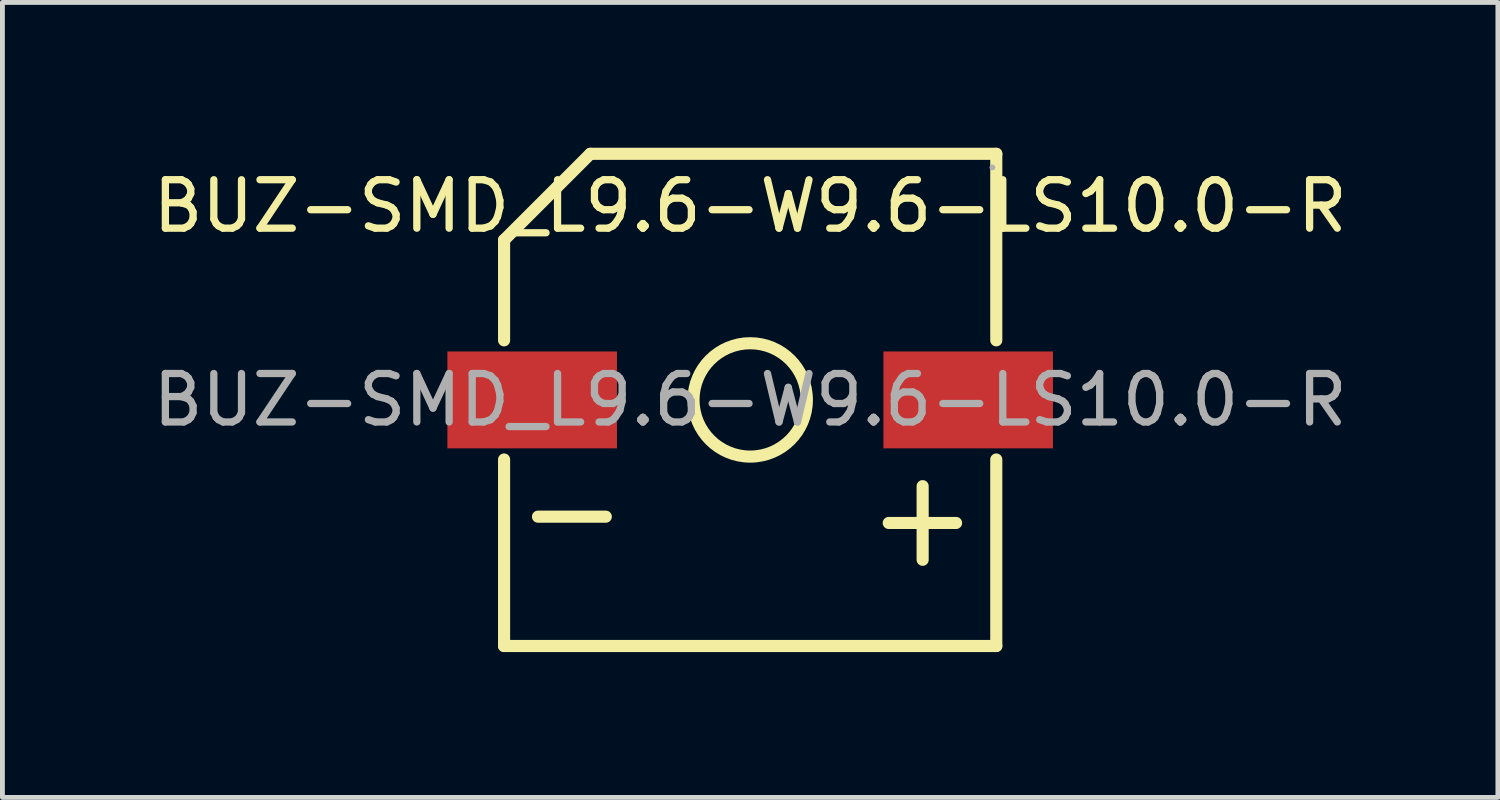
<source format=kicad_pcb>
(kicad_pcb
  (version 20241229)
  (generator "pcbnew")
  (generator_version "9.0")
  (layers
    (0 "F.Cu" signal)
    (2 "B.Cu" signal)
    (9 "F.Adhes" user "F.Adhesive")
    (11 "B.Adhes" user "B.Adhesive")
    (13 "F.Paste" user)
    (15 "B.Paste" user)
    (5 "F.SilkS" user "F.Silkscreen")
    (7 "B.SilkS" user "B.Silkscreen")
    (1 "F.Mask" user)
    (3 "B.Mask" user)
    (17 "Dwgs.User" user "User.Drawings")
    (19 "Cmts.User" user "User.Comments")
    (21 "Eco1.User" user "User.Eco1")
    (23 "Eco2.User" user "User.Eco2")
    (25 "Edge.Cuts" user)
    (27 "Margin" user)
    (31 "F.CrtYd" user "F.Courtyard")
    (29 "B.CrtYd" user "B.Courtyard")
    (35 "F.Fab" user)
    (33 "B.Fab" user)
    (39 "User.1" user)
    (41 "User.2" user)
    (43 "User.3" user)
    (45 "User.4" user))
  (footprint "BUZ-SMD_L9.6-W9.6-LS10.0-R"
    (layer "F.Cu")
    (at 12.435 5.205)
    (property "Reference" "BUZ-SMD_L9.6-W9.6-LS10.0-R" (at 0 -4 0) (layer "F.SilkS") (effects (font (size 1 1) (thickness 0.15))))
    (attr smd)
    (fp_line (start -5.08 -3.3) (end -5.08 -1.23) (stroke (width 0.25) (type solid)) (layer "F.SilkS"))
    (fp_line (start -5.08 -3.3) (end -3.3 -5.08) (stroke (width 0.25) (type solid)) (layer "F.SilkS"))
    (fp_line (start -5.08 1.23) (end -5.08 5.08) (stroke (width 0.25) (type solid)) (layer "F.SilkS"))
    (fp_line (start -4.38 2.41) (end -2.98 2.41) (stroke (width 0.25) (type solid)) (layer "F.SilkS"))
    (fp_line (start -3.3 -5.08) (end 5.08 -5.08) (stroke (width 0.25) (type solid)) (layer "F.SilkS"))
    (fp_line (start 2.86 2.54) (end 4.25 2.54) (stroke (width 0.25) (type solid)) (layer "F.SilkS"))
    (fp_line (start 3.56 1.78) (end 3.56 3.3) (stroke (width 0.25) (type solid)) (layer "F.SilkS"))
    (fp_line (start 5.08 -5.08) (end 5.08 -1.23) (stroke (width 0.25) (type solid)) (layer "F.SilkS"))
    (fp_line (start 5.08 1.23) (end 5.08 5.08) (stroke (width 0.25) (type solid)) (layer "F.SilkS"))
    (fp_line (start 5.08 5.08) (end -5.08 5.08) (stroke (width 0.25) (type solid)) (layer "F.SilkS"))
    (fp_circle (center 0 0) (end 1.17 0) (stroke (width 0.25) (type solid)) (fill no) (layer "F.SilkS"))
    (fp_circle (center 5 -4.8) (end 5.03 -4.8) (stroke (width 0.06) (type solid)) (fill no) (layer "F.Fab"))
    (fp_text user "${REFERENCE}" (at 0 0 0) (layer "F.Fab") (effects (font (size 1 1) (thickness 0.15))))
    (pad "1" smd rect (at 4.5 0) (size 3.5 2) (layers "F.Cu" "F.Mask" "F.Paste"))
    (pad "2" smd rect (at -4.5 0) (size 3.5 2) (layers "F.Cu" "F.Mask" "F.Paste")))
  (gr_rect
    (start -3 -3)
    (end 27.869 13.41)
    (stroke (width 0.1) (type default))
    (fill no)
    (layer "Edge.Cuts")))
</source>
